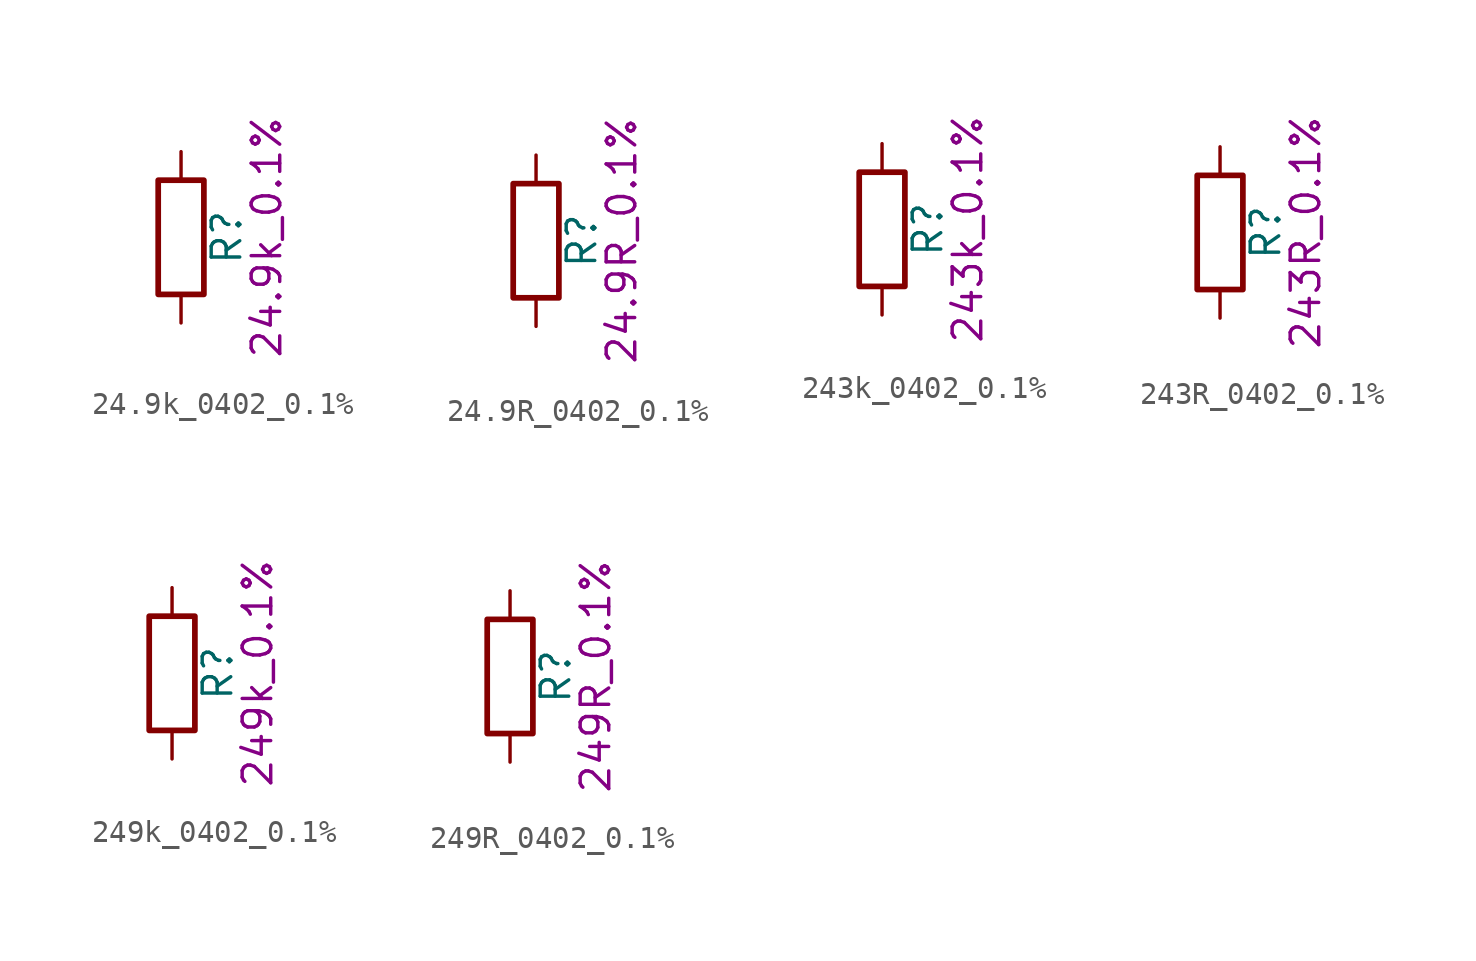
<source format=kicad_sym>
(kicad_symbol_lib
  (version 20211014)
  (generator kicad_symbol_editor)
  (symbol "24.9k_0402_0.1%"
    (pin_numbers hide)
    (pin_names
      (offset 0))
    (property "Reference" "R"
      (at 2.032 0 90)
      (effects (font (size 1.27 1.27))))
    (property "Display" "24.9k_0.1%"
      (at 3.81 0 90)
      (effects (font (size 1.27 1.27))))
    (symbol "24.9k_0402_0.1%_0_1"
      (rectangle (start -1.016 -2.54) (end 1.016 2.54) (stroke (width 0.254) (type default) (color 0 0 0 0)) (fill (type none))))
    (symbol "24.9k_0402_0.1%_1_1"
      (pin passive line (at 0 3.81 270) (length 1.27) (name "~" (effects (font (size 1.27 1.27)))) (number "1" (effects (font (size 1.27 1.27)))))
      (pin passive line (at 0 -3.81 90) (length 1.27) (name "~" (effects (font (size 1.27 1.27)))) (number "2" (effects (font (size 1.27 1.27)))))))
  (symbol "24.9R_0402_0.1%"
    (pin_numbers hide)
    (pin_names
      (offset 0))
    (property "Reference" "R"
      (at 2.032 0 90)
      (effects (font (size 1.27 1.27))))
    (property "Display" "24.9R_0.1%"
      (at 3.81 0 90)
      (effects (font (size 1.27 1.27))))
    (symbol "24.9R_0402_0.1%_0_1"
      (rectangle (start -1.016 -2.54) (end 1.016 2.54) (stroke (width 0.254) (type default) (color 0 0 0 0)) (fill (type none))))
    (symbol "24.9R_0402_0.1%_1_1"
      (pin passive line (at 0 3.81 270) (length 1.27) (name "~" (effects (font (size 1.27 1.27)))) (number "1" (effects (font (size 1.27 1.27)))))
      (pin passive line (at 0 -3.81 90) (length 1.27) (name "~" (effects (font (size 1.27 1.27)))) (number "2" (effects (font (size 1.27 1.27)))))))
  (symbol "243k_0402_0.1%"
    (pin_numbers hide)
    (pin_names
      (offset 0))
    (property "Reference" "R"
      (at 2.032 0 90)
      (effects (font (size 1.27 1.27))))
    (property "Display" "243k_0.1%"
      (at 3.81 0 90)
      (effects (font (size 1.27 1.27))))
    (symbol "243k_0402_0.1%_0_1"
      (rectangle (start -1.016 -2.54) (end 1.016 2.54) (stroke (width 0.254) (type default) (color 0 0 0 0)) (fill (type none))))
    (symbol "243k_0402_0.1%_1_1"
      (pin passive line (at 0 3.81 270) (length 1.27) (name "~" (effects (font (size 1.27 1.27)))) (number "1" (effects (font (size 1.27 1.27)))))
      (pin passive line (at 0 -3.81 90) (length 1.27) (name "~" (effects (font (size 1.27 1.27)))) (number "2" (effects (font (size 1.27 1.27)))))))
  (symbol "243R_0402_0.1%"
    (pin_numbers hide)
    (pin_names
      (offset 0))
    (property "Reference" "R"
      (at 2.032 0 90)
      (effects (font (size 1.27 1.27))))
    (property "Display" "243R_0.1%"
      (at 3.81 0 90)
      (effects (font (size 1.27 1.27))))
    (symbol "243R_0402_0.1%_0_1"
      (rectangle (start -1.016 -2.54) (end 1.016 2.54) (stroke (width 0.254) (type default) (color 0 0 0 0)) (fill (type none))))
    (symbol "243R_0402_0.1%_1_1"
      (pin passive line (at 0 3.81 270) (length 1.27) (name "~" (effects (font (size 1.27 1.27)))) (number "1" (effects (font (size 1.27 1.27)))))
      (pin passive line (at 0 -3.81 90) (length 1.27) (name "~" (effects (font (size 1.27 1.27)))) (number "2" (effects (font (size 1.27 1.27)))))))
  (symbol "249k_0402_0.1%"
    (pin_numbers hide)
    (pin_names
      (offset 0))
    (property "Reference" "R"
      (at 2.032 0 90)
      (effects (font (size 1.27 1.27))))
    (property "Display" "249k_0.1%"
      (at 3.81 0 90)
      (effects (font (size 1.27 1.27))))
    (symbol "249k_0402_0.1%_0_1"
      (rectangle (start -1.016 -2.54) (end 1.016 2.54) (stroke (width 0.254) (type default) (color 0 0 0 0)) (fill (type none))))
    (symbol "249k_0402_0.1%_1_1"
      (pin passive line (at 0 3.81 270) (length 1.27) (name "~" (effects (font (size 1.27 1.27)))) (number "1" (effects (font (size 1.27 1.27)))))
      (pin passive line (at 0 -3.81 90) (length 1.27) (name "~" (effects (font (size 1.27 1.27)))) (number "2" (effects (font (size 1.27 1.27)))))))
  (symbol "249R_0402_0.1%"
    (pin_numbers hide)
    (pin_names
      (offset 0))
    (property "Reference" "R"
      (at 2.032 0 90)
      (effects (font (size 1.27 1.27))))
    (property "Display" "249R_0.1%"
      (at 3.81 0 90)
      (effects (font (size 1.27 1.27))))
    (symbol "249R_0402_0.1%_0_1"
      (rectangle (start -1.016 -2.54) (end 1.016 2.54) (stroke (width 0.254) (type default) (color 0 0 0 0)) (fill (type none))))
    (symbol "249R_0402_0.1%_1_1"
      (pin passive line (at 0 3.81 270) (length 1.27) (name "~" (effects (font (size 1.27 1.27)))) (number "1" (effects (font (size 1.27 1.27)))))
      (pin passive line (at 0 -3.81 90) (length 1.27) (name "~" (effects (font (size 1.27 1.27)))) (number "2" (effects (font (size 1.27 1.27))))))))
</source>
